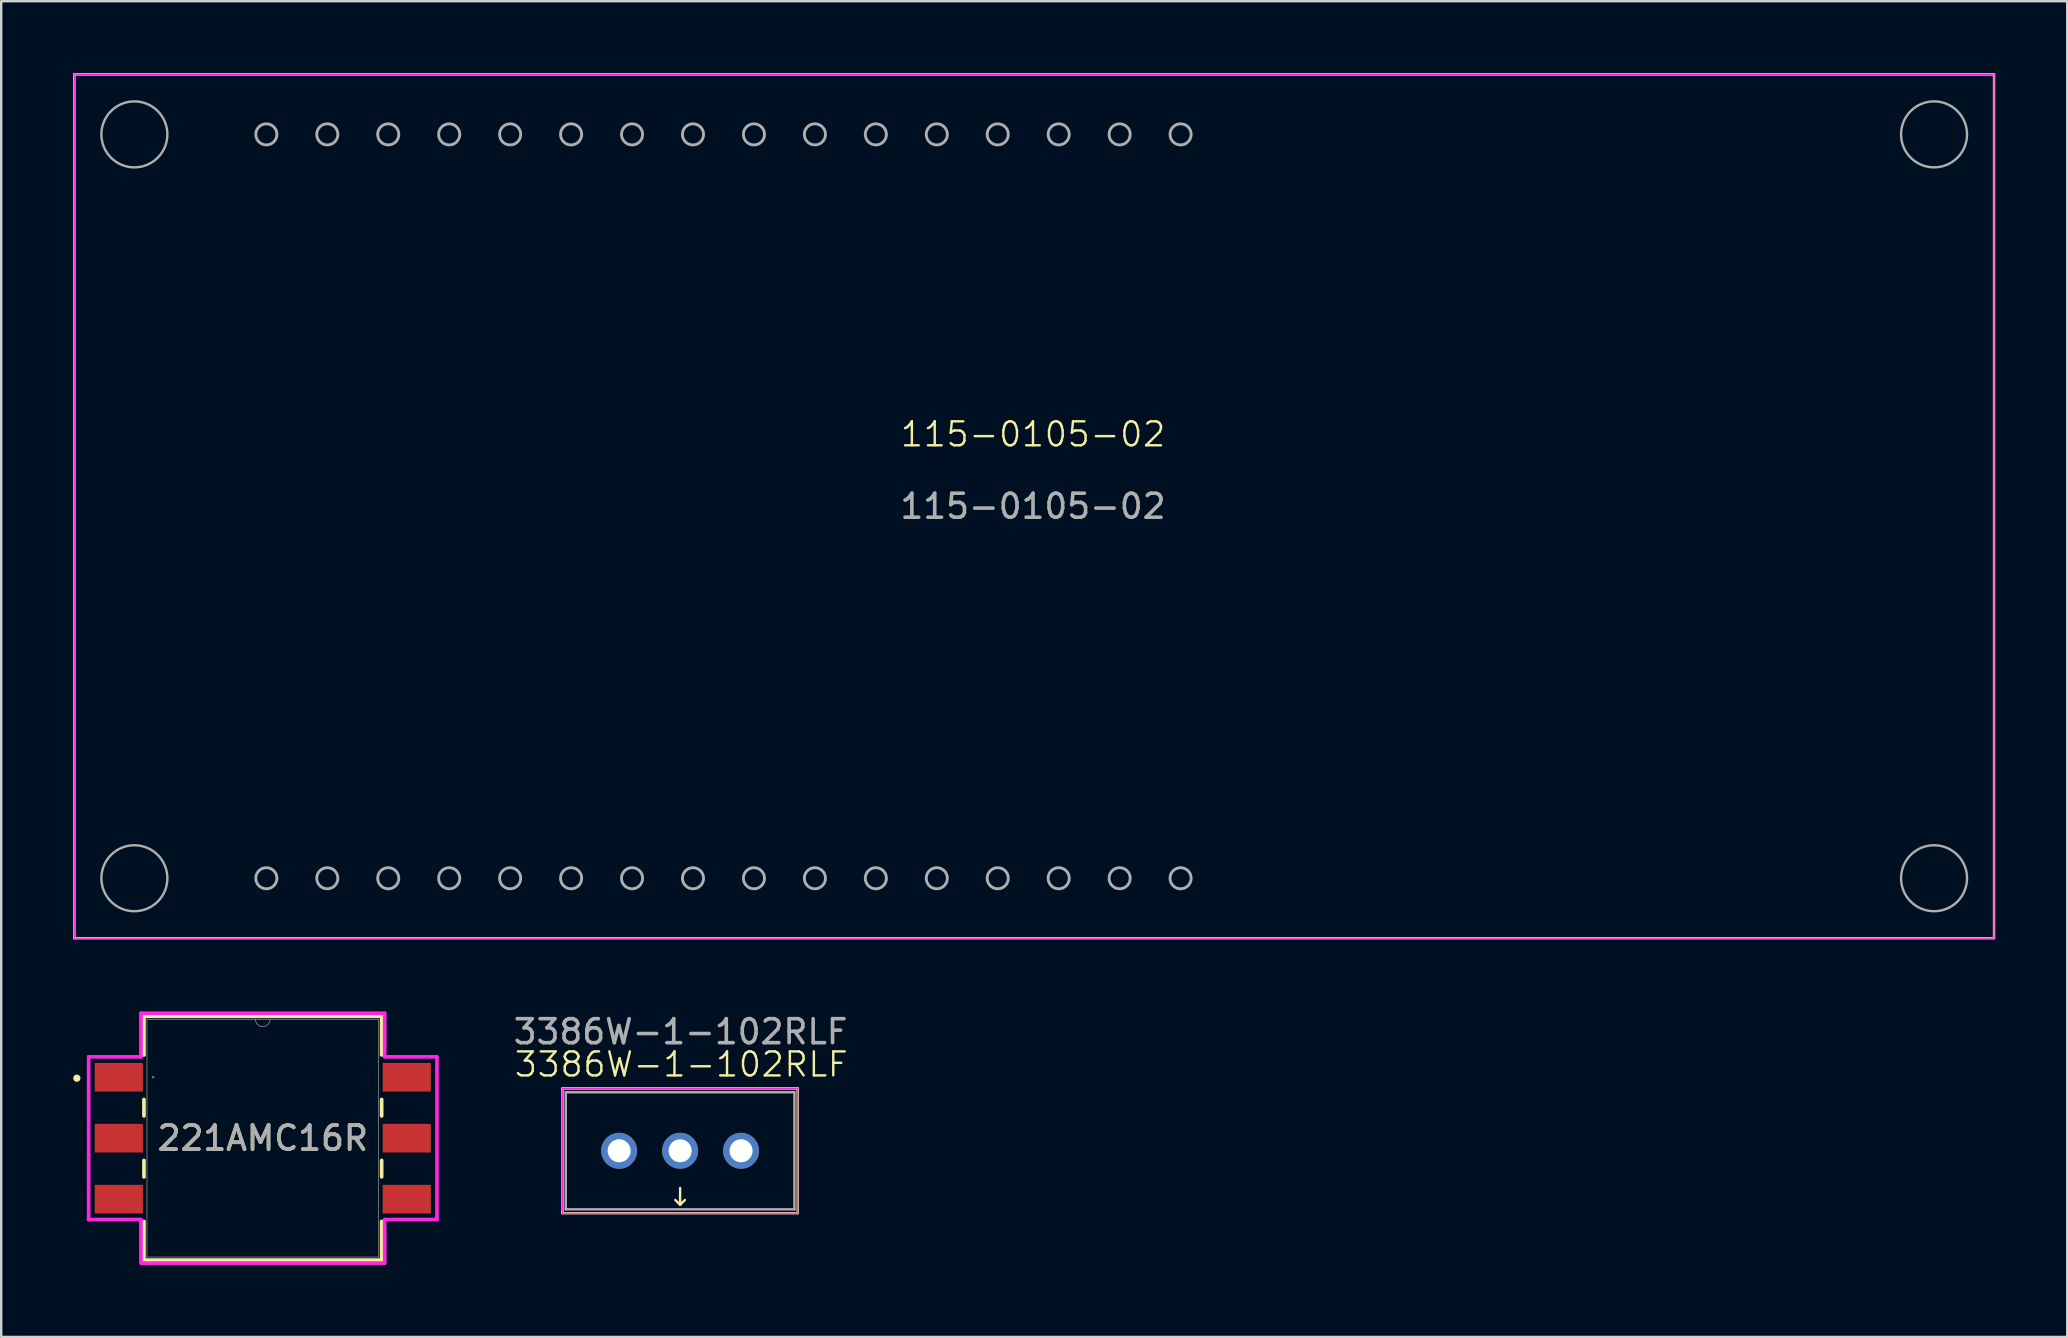
<source format=kicad_pcb>
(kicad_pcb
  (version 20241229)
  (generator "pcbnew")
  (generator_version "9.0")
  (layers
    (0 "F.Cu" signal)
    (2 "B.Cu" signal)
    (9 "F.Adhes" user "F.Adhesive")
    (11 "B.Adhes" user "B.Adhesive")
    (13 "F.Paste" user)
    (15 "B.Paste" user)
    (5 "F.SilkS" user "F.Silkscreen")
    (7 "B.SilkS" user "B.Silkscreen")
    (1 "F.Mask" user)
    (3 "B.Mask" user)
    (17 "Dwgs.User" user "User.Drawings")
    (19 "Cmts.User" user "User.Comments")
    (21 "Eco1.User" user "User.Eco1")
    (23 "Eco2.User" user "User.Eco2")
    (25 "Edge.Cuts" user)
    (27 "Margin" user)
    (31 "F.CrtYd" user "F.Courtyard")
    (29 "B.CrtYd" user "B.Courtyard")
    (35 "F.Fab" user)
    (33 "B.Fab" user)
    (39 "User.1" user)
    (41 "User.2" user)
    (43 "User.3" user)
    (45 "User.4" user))
  (footprint "3386W-1-102RLF"
    (layer "F.Cu")
    (at 25.293 44.908)
    (property "Reference" "3386W-1-102RLF" (at 0.05 -3.6 0) (unlocked yes) (layer "F.SilkS") (effects (font (size 1 1) (thickness 0.1))))
    (attr through_hole)
    (fp_line (start -4.9 -2.6) (end -4.9 -2.55) (stroke (width 0.1) (type default)) (layer "F.SilkS"))
    (fp_line (start -4.9 -2.55) (end -4.9 2.55) (stroke (width 0.1) (type default)) (layer "F.SilkS"))
    (fp_line (start -4.9 2.55) (end -4.9 2.6) (stroke (width 0.1) (type default)) (layer "F.SilkS"))
    (fp_line (start -4.9 2.6) (end 4.9 2.6) (stroke (width 0.1) (type default)) (layer "F.SilkS"))
    (fp_line (start 0 1.55) (end 0 2.25) (stroke (width 0.1) (type default)) (layer "F.SilkS"))
    (fp_line (start 0 2.25) (end -0.2 2.05) (stroke (width 0.1) (type default)) (layer "F.SilkS"))
    (fp_line (start 0 2.25) (end 0.2 2.05) (stroke (width 0.1) (type default)) (layer "F.SilkS"))
    (fp_line (start 4.9 -2.6) (end -4.9 -2.6) (stroke (width 0.1) (type default)) (layer "F.SilkS"))
    (fp_line (start 4.9 -2.55) (end 4.9 -2.6) (stroke (width 0.1) (type default)) (layer "F.SilkS"))
    (fp_line (start 4.9 2.6) (end 4.9 -2.55) (stroke (width 0.1) (type default)) (layer "F.SilkS"))
    (fp_line (start -4.9 -2.6) (end 4.9 -2.6) (stroke (width 0.05) (type default)) (layer "F.CrtYd"))
    (fp_line (start -4.9 2.6) (end -4.9 -2.6) (stroke (width 0.05) (type default)) (layer "F.CrtYd"))
    (fp_line (start 4.9 -2.6) (end 4.9 2.6) (stroke (width 0.05) (type default)) (layer "F.CrtYd"))
    (fp_line (start 4.9 2.6) (end -4.9 2.6) (stroke (width 0.05) (type default)) (layer "F.CrtYd"))
    (fp_line (start -4.765 -2.44) (end -4.765 2.44) (stroke (width 0.1) (type default)) (layer "F.Fab"))
    (fp_line (start -4.765 -2.44) (end 4.765 -2.44) (stroke (width 0.1) (type default)) (layer "F.Fab"))
    (fp_line (start -4.765 2.44) (end 4.765 2.44) (stroke (width 0.1) (type default)) (layer "F.Fab"))
    (fp_line (start 4.765 -2.44) (end 4.765 2.44) (stroke (width 0.1) (type default)) (layer "F.Fab"))
    (fp_text user "${REFERENCE}" (at 0.02 -4.96 0) (unlocked yes) (layer "F.Fab") (effects (font (size 1 1) (thickness 0.15))))
    (pad "1" thru_hole circle (at -2.54 0) (size 1.5 1.5) (drill 0.96) (layers "*.Cu" "*.Mask"))
    (pad "2" thru_hole circle (at 0 0) (size 1.5 1.5) (drill 0.96) (layers "*.Cu" "*.Mask"))
    (pad "3" thru_hole circle (at 2.54 0) (size 1.5 1.5) (drill 0.96) (layers "*.Cu" "*.Mask")))
  (footprint "221AMC16R"
    (layer "F.Cu")
    (at 7.902 44.383)
    (property "Reference" "221AMC16R" (at 0 0 0) (unlocked yes) (layer "F.SilkS") (effects (font (size 1 1) (thickness 0.15))))
    (attr smd)
    (fp_line (start -4.953 -5.08) (end -4.953 -3.467) (stroke (width 0.152) (type solid)) (layer "F.SilkS"))
    (fp_line (start -4.953 -1.613) (end -4.953 -0.927) (stroke (width 0.152) (type solid)) (layer "F.SilkS"))
    (fp_line (start -4.953 0.927) (end -4.953 1.613) (stroke (width 0.152) (type solid)) (layer "F.SilkS"))
    (fp_line (start -4.953 3.467) (end -4.953 5.08) (stroke (width 0.152) (type solid)) (layer "F.SilkS"))
    (fp_line (start -4.953 5.08) (end 4.953 5.08) (stroke (width 0.152) (type solid)) (layer "F.SilkS"))
    (fp_line (start 4.953 -5.08) (end -4.953 -5.08) (stroke (width 0.152) (type solid)) (layer "F.SilkS"))
    (fp_line (start 4.953 -3.467) (end 4.953 -5.08) (stroke (width 0.152) (type solid)) (layer "F.SilkS"))
    (fp_line (start 4.953 -0.927) (end 4.953 -1.613) (stroke (width 0.152) (type solid)) (layer "F.SilkS"))
    (fp_line (start 4.953 1.613) (end 4.953 0.927) (stroke (width 0.152) (type solid)) (layer "F.SilkS"))
    (fp_line (start 4.953 5.08) (end 4.953 3.467) (stroke (width 0.152) (type solid)) (layer "F.SilkS"))
    (fp_circle (center -7.75 -2.5) (end -7.674 -2.5) (stroke (width 0.152) (type solid)) (fill no) (layer "F.SilkS"))
    (fp_line (start -7.257 -3.391) (end -5.08 -3.391) (stroke (width 0.152) (type solid)) (layer "F.CrtYd"))
    (fp_line (start -7.257 3.391) (end -7.257 -3.391) (stroke (width 0.152) (type solid)) (layer "F.CrtYd"))
    (fp_line (start -7.257 3.391) (end -5.08 3.391) (stroke (width 0.152) (type solid)) (layer "F.CrtYd"))
    (fp_line (start -5.08 -5.207) (end 5.08 -5.207) (stroke (width 0.152) (type solid)) (layer "F.CrtYd"))
    (fp_line (start -5.08 -3.391) (end -5.08 -5.207) (stroke (width 0.152) (type solid)) (layer "F.CrtYd"))
    (fp_line (start -5.08 5.207) (end -5.08 3.391) (stroke (width 0.152) (type solid)) (layer "F.CrtYd"))
    (fp_line (start 5.08 -5.207) (end 5.08 -3.391) (stroke (width 0.152) (type solid)) (layer "F.CrtYd"))
    (fp_line (start 5.08 3.391) (end 5.08 5.207) (stroke (width 0.152) (type solid)) (layer "F.CrtYd"))
    (fp_line (start 5.08 5.207) (end -5.08 5.207) (stroke (width 0.152) (type solid)) (layer "F.CrtYd"))
    (fp_line (start 7.257 -3.391) (end 5.08 -3.391) (stroke (width 0.152) (type solid)) (layer "F.CrtYd"))
    (fp_line (start 7.257 -3.391) (end 7.257 3.391) (stroke (width 0.152) (type solid)) (layer "F.CrtYd"))
    (fp_line (start 7.257 3.391) (end 5.08 3.391) (stroke (width 0.152) (type solid)) (layer "F.CrtYd"))
    (fp_line (start -4.826 -4.953) (end -4.826 4.953) (stroke (width 0.025) (type solid)) (layer "F.Fab"))
    (fp_line (start -4.826 4.953) (end 4.826 4.953) (stroke (width 0.025) (type solid)) (layer "F.Fab"))
    (fp_line (start 4.826 -4.953) (end -4.826 -4.953) (stroke (width 0.025) (type solid)) (layer "F.Fab"))
    (fp_line (start 4.826 4.953) (end 4.826 -4.953) (stroke (width 0.025) (type solid)) (layer "F.Fab"))
    (fp_arc (start 0.3048 -4.953) (mid 0 -4.6482) (end -0.3048 -4.953) (stroke (width 0.0254) (type solid)) (layer "F.Fab"))
    (fp_circle (center -4.572 -2.54) (end -4.534 -2.54) (stroke (width 0.025) (type solid)) (fill no) (layer "F.Fab"))
    (fp_text user "${REFERENCE}" (at 0 0 0) (unlocked yes) (layer "F.Fab") (effects (font (size 1 1) (thickness 0.15))))
    (pad "1" smd rect (at -6 -2.54) (size 2.007 1.194) (layers "F.Cu" "F.Mask" "F.Paste"))
    (pad "2" smd rect (at -6 0) (size 2.007 1.194) (layers "F.Cu" "F.Mask" "F.Paste"))
    (pad "3" smd rect (at -6 2.54) (size 2.007 1.194) (layers "F.Cu" "F.Mask" "F.Paste"))
    (pad "4" smd rect (at 6 2.54) (size 2.007 1.194) (layers "F.Cu" "F.Mask" "F.Paste"))
    (pad "5" smd rect (at 6 0) (size 2.007 1.194) (layers "F.Cu" "F.Mask" "F.Paste"))
    (pad "6" smd rect (at 6 -2.54) (size 2.007 1.194) (layers "F.Cu" "F.Mask" "F.Paste")))
  (footprint "115-0105-02"
    (layer "F.Cu")
    (at 40.05 18.05)
    (property "Reference" "115-0105-02" (at -0.051 -3 0) (unlocked yes) (layer "F.SilkS") (effects (font (size 1 1) (thickness 0.1))))
    (attr smd)
    (fp_line (start -40 -18) (end 40 -18) (stroke (width 0.1) (type default)) (layer "F.SilkS"))
    (fp_line (start -40 18) (end -40 -18) (stroke (width 0.1) (type default)) (layer "F.SilkS"))
    (fp_line (start 40 -18) (end 40 18) (stroke (width 0.1) (type default)) (layer "F.SilkS"))
    (fp_line (start 40 18) (end -40 18) (stroke (width 0.1) (type default)) (layer "F.SilkS"))
    (fp_line (start -40 -18) (end -40 18) (stroke (width 0.05) (type default)) (layer "F.CrtYd"))
    (fp_line (start -40 18) (end 40 18) (stroke (width 0.05) (type default)) (layer "F.CrtYd"))
    (fp_line (start 40 -18) (end -40 -18) (stroke (width 0.05) (type default)) (layer "F.CrtYd"))
    (fp_line (start 40 18) (end 40 -18) (stroke (width 0.05) (type default)) (layer "F.CrtYd"))
    (fp_circle (center -37.5 -15.5) (end -36.125 -15.5) (stroke (width 0.1) (type default)) (fill no) (layer "F.Fab"))
    (fp_circle (center -37.5 15.5) (end -36.125 15.5) (stroke (width 0.1) (type default)) (fill no) (layer "F.Fab"))
    (fp_circle (center -32 -15.5) (end -31.56 -15.5) (stroke (width 0.12) (type default)) (fill no) (layer "F.Fab"))
    (fp_circle (center -32 15.5) (end -31.56 15.5) (stroke (width 0.12) (type default)) (fill no) (layer "F.Fab"))
    (fp_circle (center -29.46 -15.5) (end -29.02 -15.5) (stroke (width 0.12) (type default)) (fill no) (layer "F.Fab"))
    (fp_circle (center -29.46 15.5) (end -29.02 15.5) (stroke (width 0.12) (type default)) (fill no) (layer "F.Fab"))
    (fp_circle (center -26.92 -15.5) (end -26.48 -15.5) (stroke (width 0.12) (type default)) (fill no) (layer "F.Fab"))
    (fp_circle (center -26.92 15.5) (end -26.48 15.5) (stroke (width 0.12) (type default)) (fill no) (layer "F.Fab"))
    (fp_circle (center -24.38 -15.5) (end -23.94 -15.5) (stroke (width 0.12) (type default)) (fill no) (layer "F.Fab"))
    (fp_circle (center -24.38 15.5) (end -23.94 15.5) (stroke (width 0.12) (type default)) (fill no) (layer "F.Fab"))
    (fp_circle (center -21.84 -15.5) (end -21.4 -15.5) (stroke (width 0.12) (type default)) (fill no) (layer "F.Fab"))
    (fp_circle (center -21.84 15.5) (end -21.4 15.5) (stroke (width 0.12) (type default)) (fill no) (layer "F.Fab"))
    (fp_circle (center -19.3 -15.5) (end -18.86 -15.5) (stroke (width 0.12) (type default)) (fill no) (layer "F.Fab"))
    (fp_circle (center -19.3 15.5) (end -18.86 15.5) (stroke (width 0.12) (type default)) (fill no) (layer "F.Fab"))
    (fp_circle (center -16.76 -15.5) (end -16.32 -15.5) (stroke (width 0.12) (type default)) (fill no) (layer "F.Fab"))
    (fp_circle (center -16.76 15.5) (end -16.32 15.5) (stroke (width 0.12) (type default)) (fill no) (layer "F.Fab"))
    (fp_circle (center -14.22 -15.5) (end -13.78 -15.5) (stroke (width 0.12) (type default)) (fill no) (layer "F.Fab"))
    (fp_circle (center -14.22 15.5) (end -13.78 15.5) (stroke (width 0.12) (type default)) (fill no) (layer "F.Fab"))
    (fp_circle (center -11.68 -15.5) (end -11.24 -15.5) (stroke (width 0.12) (type default)) (fill no) (layer "F.Fab"))
    (fp_circle (center -11.68 15.5) (end -11.24 15.5) (stroke (width 0.12) (type default)) (fill no) (layer "F.Fab"))
    (fp_circle (center -9.14 -15.5) (end -8.7 -15.5) (stroke (width 0.12) (type default)) (fill no) (layer "F.Fab"))
    (fp_circle (center -9.14 15.5) (end -8.7 15.5) (stroke (width 0.12) (type default)) (fill no) (layer "F.Fab"))
    (fp_circle (center -6.6 -15.5) (end -6.16 -15.5) (stroke (width 0.12) (type default)) (fill no) (layer "F.Fab"))
    (fp_circle (center -6.6 15.5) (end -6.16 15.5) (stroke (width 0.12) (type default)) (fill no) (layer "F.Fab"))
    (fp_circle (center -4.06 -15.5) (end -3.62 -15.5) (stroke (width 0.12) (type default)) (fill no) (layer "F.Fab"))
    (fp_circle (center -4.06 15.5) (end -3.62 15.5) (stroke (width 0.12) (type default)) (fill no) (layer "F.Fab"))
    (fp_circle (center -1.52 -15.5) (end -1.08 -15.5) (stroke (width 0.12) (type default)) (fill no) (layer "F.Fab"))
    (fp_circle (center -1.52 15.5) (end -1.08 15.5) (stroke (width 0.12) (type default)) (fill no) (layer "F.Fab"))
    (fp_circle (center 1.02 -15.5) (end 1.46 -15.5) (stroke (width 0.12) (type default)) (fill no) (layer "F.Fab"))
    (fp_circle (center 1.02 15.5) (end 1.46 15.5) (stroke (width 0.12) (type default)) (fill no) (layer "F.Fab"))
    (fp_circle (center 3.56 -15.5) (end 4 -15.5) (stroke (width 0.12) (type default)) (fill no) (layer "F.Fab"))
    (fp_circle (center 3.56 15.5) (end 4 15.5) (stroke (width 0.12) (type default)) (fill no) (layer "F.Fab"))
    (fp_circle (center 6.1 -15.5) (end 6.54 -15.5) (stroke (width 0.12) (type default)) (fill no) (layer "F.Fab"))
    (fp_circle (center 6.1 15.5) (end 6.54 15.5) (stroke (width 0.12) (type default)) (fill no) (layer "F.Fab"))
    (fp_circle (center 37.5 -15.5) (end 38.875 -15.5) (stroke (width 0.1) (type default)) (fill no) (layer "F.Fab"))
    (fp_circle (center 37.5 15.5) (end 38.875 15.5) (stroke (width 0.1) (type default)) (fill no) (layer "F.Fab"))
    (fp_text user "${REFERENCE}" (at -0.051 0 0) (unlocked yes) (layer "F.Fab") (effects (font (size 1 1) (thickness 0.15)))))
  (gr_rect
    (start -3 -3)
    (end 83.1 52.666)
    (stroke (width 0.1) (type default))
    (fill no)
    (layer "Edge.Cuts")))
</source>
